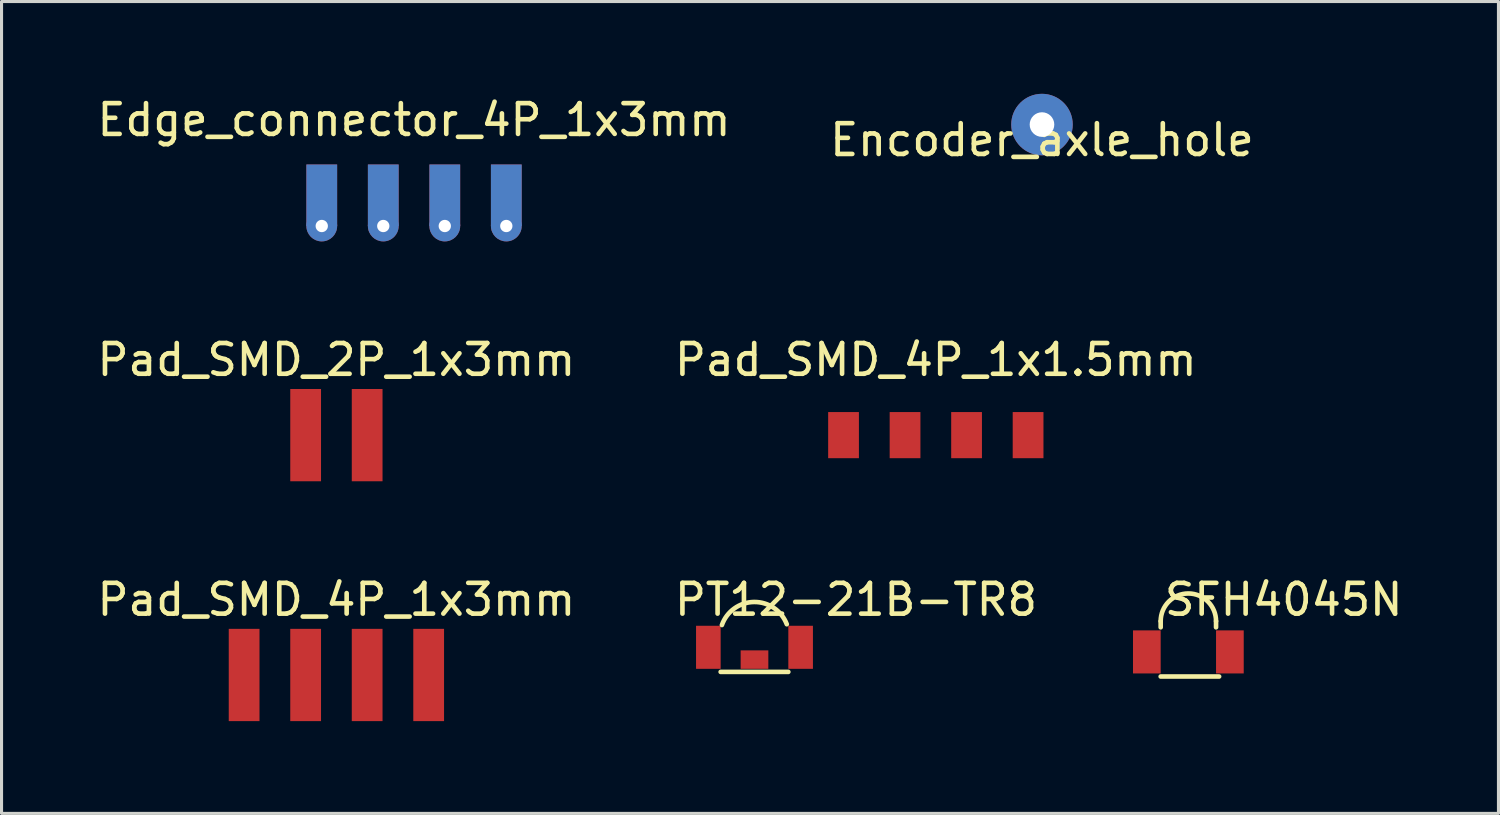
<source format=kicad_pcb>
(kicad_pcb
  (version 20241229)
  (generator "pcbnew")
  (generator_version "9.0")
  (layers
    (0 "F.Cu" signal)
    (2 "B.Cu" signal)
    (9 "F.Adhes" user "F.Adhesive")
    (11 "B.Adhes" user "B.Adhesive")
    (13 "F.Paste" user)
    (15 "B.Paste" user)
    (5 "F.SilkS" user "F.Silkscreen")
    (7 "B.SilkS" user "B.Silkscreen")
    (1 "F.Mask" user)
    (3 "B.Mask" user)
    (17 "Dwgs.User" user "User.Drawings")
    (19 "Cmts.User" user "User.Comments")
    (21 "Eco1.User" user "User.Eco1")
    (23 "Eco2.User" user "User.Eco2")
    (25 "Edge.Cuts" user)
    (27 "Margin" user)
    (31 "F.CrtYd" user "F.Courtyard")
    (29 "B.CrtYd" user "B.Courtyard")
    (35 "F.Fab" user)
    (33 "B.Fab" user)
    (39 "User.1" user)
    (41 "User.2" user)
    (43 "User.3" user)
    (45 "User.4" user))
  (footprint "PT12-21B-TR8"
    (layer "F.Cu")
    (at 21.48 17.995)
    (property "Reference" "PT12-21B-TR8" (at 3.3 -1.55 0) (layer "F.SilkS") (effects (font (size 1 1) (thickness 0.15))))
    (attr through_hole)
    (fp_line (start 1.1 0.8) (end -1.1 0.8) (stroke (width 0.15) (type solid)) (layer "F.SilkS"))
    (fp_arc (start -1.059552 -0.723961) (mid -0.013868 -1.473524) (end 1.049999 -0.75) (stroke (width 0.15) (type solid)) (layer "F.SilkS"))
    (pad "1" smd rect (at 1.5 0) (size 0.8 1.4) (layers "F.Cu" "F.Mask" "F.Paste"))
    (pad "2" smd rect (at -1.5 0) (size 0.8 1.4) (layers "F.Cu" "F.Mask" "F.Paste"))
    (pad "3" smd rect (at 0 0.4) (size 0.9 0.6) (layers "F.Cu" "F.Mask" "F.Paste")))
  (footprint "SFH4045N"
    (layer "F.Cu")
    (at 35.586 18.145)
    (property "Reference" "SFH4045N" (at 3.1 -1.7 0) (layer "F.SilkS") (effects (font (size 1 1) (thickness 0.15))))
    (attr through_hole)
    (fp_line (start -0.9 -1) (end -0.9 -0.8) (stroke (width 0.15) (type solid)) (layer "F.SilkS"))
    (fp_line (start 0.9 -1) (end 0.9 -0.8) (stroke (width 0.15) (type solid)) (layer "F.SilkS"))
    (fp_line (start 1 0.8) (end -0.9 0.8) (stroke (width 0.15) (type solid)) (layer "F.SilkS"))
    (fp_arc (start -0.9 -1) (mid 0 -1.9) (end 0.9 -1) (stroke (width 0.15) (type solid)) (layer "F.SilkS"))
    (pad "1" smd rect (at 1.35 0) (size 0.9 1.4) (layers "F.Cu" "F.Mask" "F.Paste"))
    (pad "2" smd rect (at -1.35 0) (size 0.9 1.4) (layers "F.Cu" "F.Mask" "F.Paste")))
  (footprint "Encoder_axle_hole"
    (layer "F.Cu")
    (at 30.827 1)
    (property "Reference" "Encoder_axle_hole" (at 0 0.5 0) (layer "F.SilkS") (effects (font (size 1 1) (thickness 0.15))))
    (attr through_hole)
    (pad "1" thru_hole circle (at 0 0) (size 2 2) (drill 0.8) (layers "*.Cu" "*.Mask")))
  (footprint "Pad_SMD_2P_1x3mm"
    (layer "F.Cu")
    (at 7.887 11.097)
    (property "Reference" "Pad_SMD_2P_1x3mm" (at 0 -2.45 0) (layer "F.SilkS") (effects (font (size 1 1) (thickness 0.15))))
    (attr through_hole)
    (pad "1" smd rect (at -1 0) (size 1 3) (layers "F.Cu" "F.Mask"))
    (pad "2" smd rect (at 1 0) (size 1 3) (layers "F.Cu" "F.Mask")))
  (footprint "Pad_SMD_4P_1x3mm"
    (layer "F.Cu")
    (at 7.887 18.895)
    (property "Reference" "Pad_SMD_4P_1x3mm" (at 0 -2.45 0) (layer "F.SilkS") (effects (font (size 1 1) (thickness 0.15))))
    (attr through_hole)
    (pad "1" smd rect (at -3 0) (size 1 3) (layers "F.Cu" "F.Mask" "F.Paste"))
    (pad "2" smd rect (at -1 0) (size 1 3) (layers "F.Cu" "F.Mask" "F.Paste"))
    (pad "3" smd rect (at 1 0) (size 1 3) (layers "F.Cu" "F.Mask" "F.Paste"))
    (pad "4" smd rect (at 3 0) (size 1 3) (layers "F.Cu" "F.Mask" "F.Paste")))
  (footprint "Pad_SMD_4P_1x1.5mm"
    (layer "F.Cu")
    (at 27.375 11.097)
    (property "Reference" "Pad_SMD_4P_1x1.5mm" (at 0 -2.45 0) (layer "F.SilkS") (effects (font (size 1 1) (thickness 0.15))))
    (attr through_hole)
    (pad "1" smd rect (at -3 0) (size 1 1.5) (layers "F.Cu" "F.Mask"))
    (pad "2" smd rect (at -1 0) (size 1 1.5) (layers "F.Cu" "F.Mask"))
    (pad "3" smd rect (at 1 0) (size 1 1.5) (layers "F.Cu" "F.Mask"))
    (pad "4" smd rect (at 3 0) (size 1 1.5) (layers "F.Cu" "F.Mask")))
  (footprint "Edge_connector_4P_1x3mm"
    (layer "F.Cu")
    (at 10.411 3.298)
    (property "Reference" "Edge_connector_4P_1x3mm" (at 0 -2.45 0) (layer "F.SilkS") (effects (font (size 1 1) (thickness 0.15))))
    (attr through_hole)
    (pad "1" smd rect (at -3 0) (size 1 2) (layers "*.Mask" "F.Cu"))
    (pad "1" smd rect (at -3 0) (size 1 2) (layers "*.Mask" "B.Cu"))
    (pad "1" thru_hole circle (at -3 1) (size 1 1) (drill 0.4) (layers "*.Cu" "*.Mask"))
    (pad "2" smd rect (at -1 0) (size 1 2) (layers "*.Mask" "F.Cu"))
    (pad "2" smd rect (at -1 0) (size 1 2) (layers "*.Mask" "B.Cu"))
    (pad "2" thru_hole circle (at -1 1) (size 1 1) (drill 0.4) (layers "*.Cu" "*.Mask"))
    (pad "3" smd rect (at 1 0) (size 1 2) (layers "*.Mask" "F.Cu"))
    (pad "3" smd rect (at 1 0) (size 1 2) (layers "*.Mask" "B.Cu"))
    (pad "3" thru_hole circle (at 1 1) (size 1 1) (drill 0.4) (layers "*.Cu" "*.Mask"))
    (pad "4" smd rect (at 3 0) (size 1 2) (layers "*.Mask" "F.Cu"))
    (pad "4" smd rect (at 3 0) (size 1 2) (layers "*.Mask" "B.Cu"))
    (pad "4" thru_hole circle (at 3 1) (size 1 1) (drill 0.4) (layers "*.Cu" "*.Mask")))
  (gr_rect
    (start -3 -3)
    (end 45.668 23.395)
    (stroke (width 0.1) (type default))
    (fill no)
    (layer "Edge.Cuts")))
</source>
